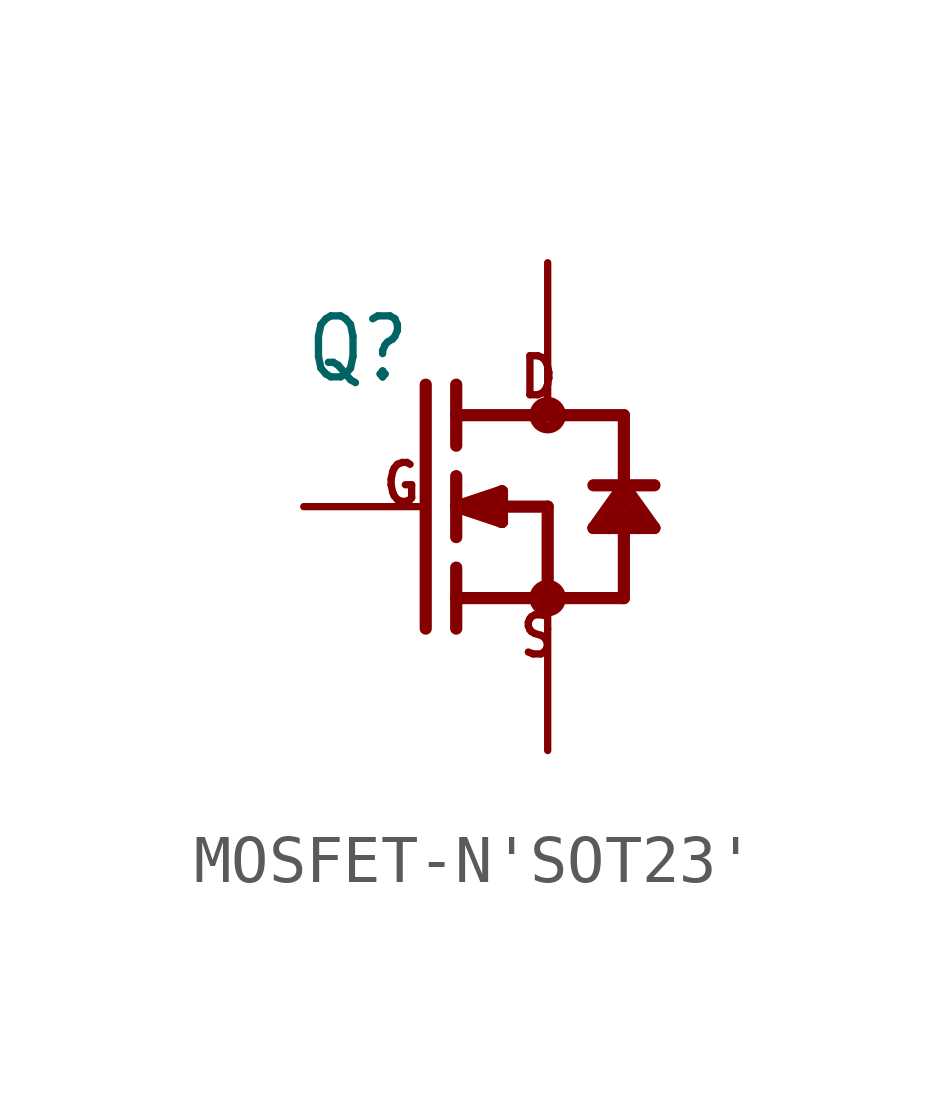
<source format=kicad_sym>
(kicad_symbol_lib
  (version 20241209)
  (generator "kicad_symbol_editor")
  (generator_version "9.0")
  (symbol "MOSFET-N'SOT23'"
    (property "Reference" "Q"
      (at -5.08 2.54 0)
      (effects (font (size 1.27 1.079)) (justify left bottom)))
    (property "Value" ""
      (at -5.08 1.27 0)
      (effects (font (size 1.27 1.079)) (justify left bottom)))
    (property "ki_locked" ""
      (at 0 0 0)
      (effects (font (size 1.27 1.27))))
    (symbol "MOSFET-N'SOT23'_1_0"
      (polyline (pts (xy -2.54 2.54) (xy -2.54 -2.54)) (stroke (width 0.254) (type solid)) (fill (type none)))
      (polyline (pts (xy -1.905 2.54) (xy -1.905 1.905)) (stroke (width 0.254) (type solid)) (fill (type none)))
      (polyline (pts (xy -1.905 1.905) (xy -1.905 1.27)) (stroke (width 0.254) (type solid)) (fill (type none)))
      (polyline (pts (xy -1.905 1.905) (xy 0 1.905)) (stroke (width 0.254) (type solid)) (fill (type none)))
      (polyline (pts (xy -1.905 0.635) (xy -1.905 0)) (stroke (width 0.254) (type solid)) (fill (type none)))
      (polyline (pts (xy -1.905 0) (xy -1.905 -0.635)) (stroke (width 0.254) (type solid)) (fill (type none)))
      (polyline (pts (xy -1.905 0) (xy -0.953 0.318)) (stroke (width 0.254) (type solid)) (fill (type none)))
      (polyline (pts (xy -1.905 0) (xy -0.953 -0.318)) (stroke (width 0.254) (type solid)) (fill (type none)))
      (polyline (pts (xy -1.905 -1.905) (xy -1.905 -1.27)) (stroke (width 0.254) (type solid)) (fill (type none)))
      (polyline (pts (xy -1.905 -1.905) (xy 0 -1.905)) (stroke (width 0.254) (type solid)) (fill (type none)))
      (polyline (pts (xy -1.905 -2.54) (xy -1.905 -1.905)) (stroke (width 0.254) (type solid)) (fill (type none)))
      (polyline (pts (xy -1.587 0) (xy -0.953 -0.318)) (stroke (width 0.254) (type solid)) (fill (type none)))
      (polyline (pts (xy -0.953 0.318) (xy -1.587 0)) (stroke (width 0.254) (type solid)) (fill (type none)))
      (polyline (pts (xy -0.953 -0.318) (xy -1.397 0.127)) (stroke (width 0.254) (type solid)) (fill (type none)))
      (polyline (pts (xy -0.953 -0.318) (xy -0.953 0.318)) (stroke (width 0.254) (type solid)) (fill (type none)))
      (polyline (pts (xy 0 2.54) (xy 0 1.905)) (stroke (width 0.152) (type solid)) (fill (type none)))
      (circle (center 0 1.905) (radius 0.254) (stroke (width 0.254) (type solid)) (fill (type none)))
      (polyline (pts (xy 0 1.905) (xy 1.587 1.905)) (stroke (width 0.254) (type solid)) (fill (type none)))
      (polyline (pts (xy 0 0) (xy -1.587 0)) (stroke (width 0.254) (type solid)) (fill (type none)))
      (polyline (pts (xy 0 0) (xy 0 -1.905)) (stroke (width 0.254) (type solid)) (fill (type none)))
      (polyline (pts (xy 0 -1.905) (xy 0 -2.54)) (stroke (width 0.152) (type solid)) (fill (type none)))
      (circle (center 0 -1.905) (radius 0.254) (stroke (width 0.254) (type solid)) (fill (type none)))
      (polyline (pts (xy 0.953 -0.445) (xy 1.587 0.445)) (stroke (width 0.254) (type solid)) (fill (type none)))
      (polyline (pts (xy 1.27 -0.445) (xy 0.953 -0.445)) (stroke (width 0.254) (type solid)) (fill (type none)))
      (polyline (pts (xy 1.587 0.445) (xy 0.953 0.445)) (stroke (width 0.254) (type solid)) (fill (type none)))
      (polyline (pts (xy 1.587 0.445) (xy 1.587 1.905)) (stroke (width 0.254) (type solid)) (fill (type none)))
      (polyline (pts (xy 1.587 0.445) (xy 2.223 -0.445)) (stroke (width 0.254) (type solid)) (fill (type none)))
      (polyline (pts (xy 1.587 0) (xy 1.27 -0.318)) (stroke (width 0.254) (type solid)) (fill (type none)))
      (polyline (pts (xy 1.587 0) (xy 1.27 -0.445)) (stroke (width 0.254) (type solid)) (fill (type none)))
      (polyline (pts (xy 1.587 0) (xy 1.587 0.445)) (stroke (width 0.254) (type solid)) (fill (type none)))
      (polyline (pts (xy 1.587 -1.905) (xy 0 -1.905)) (stroke (width 0.254) (type solid)) (fill (type none)))
      (polyline (pts (xy 1.587 -1.905) (xy 1.587 0)) (stroke (width 0.254) (type solid)) (fill (type none)))
      (polyline (pts (xy 1.905 -0.318) (xy 1.587 0)) (stroke (width 0.254) (type solid)) (fill (type none)))
      (polyline (pts (xy 1.905 -0.445) (xy 1.27 -0.445)) (stroke (width 0.254) (type solid)) (fill (type none)))
      (polyline (pts (xy 1.905 -0.445) (xy 1.587 0)) (stroke (width 0.254) (type solid)) (fill (type none)))
      (polyline (pts (xy 2.223 0.445) (xy 1.587 0.445)) (stroke (width 0.254) (type solid)) (fill (type none)))
      (polyline (pts (xy 2.223 -0.445) (xy 1.905 -0.445)) (stroke (width 0.254) (type solid)) (fill (type none)))
      (text "G" (at -3.493 0 0) (effects (font (size 0.813 0.691)) (justify left bottom)))
      (text "D" (at -0.635 2.223 0) (effects (font (size 0.813 0.691)) (justify left bottom)))
      (text "S" (at -0.635 -3.175 0) (effects (font (size 0.813 0.691)) (justify left bottom)))
      (pin passive line (at -5.08 0 0) (length 2.54) (name "G" (effects (font (size 0 0)))) (number "1" (effects (font (size 0 0)))))
      (pin passive line (at 0 5.08 270) (length 2.54) (name "D" (effects (font (size 0 0)))) (number "3" (effects (font (size 0 0)))))
      (pin passive line (at 0 -5.08 90) (length 2.54) (name "S" (effects (font (size 0 0)))) (number "2" (effects (font (size 0 0))))))))
</source>
